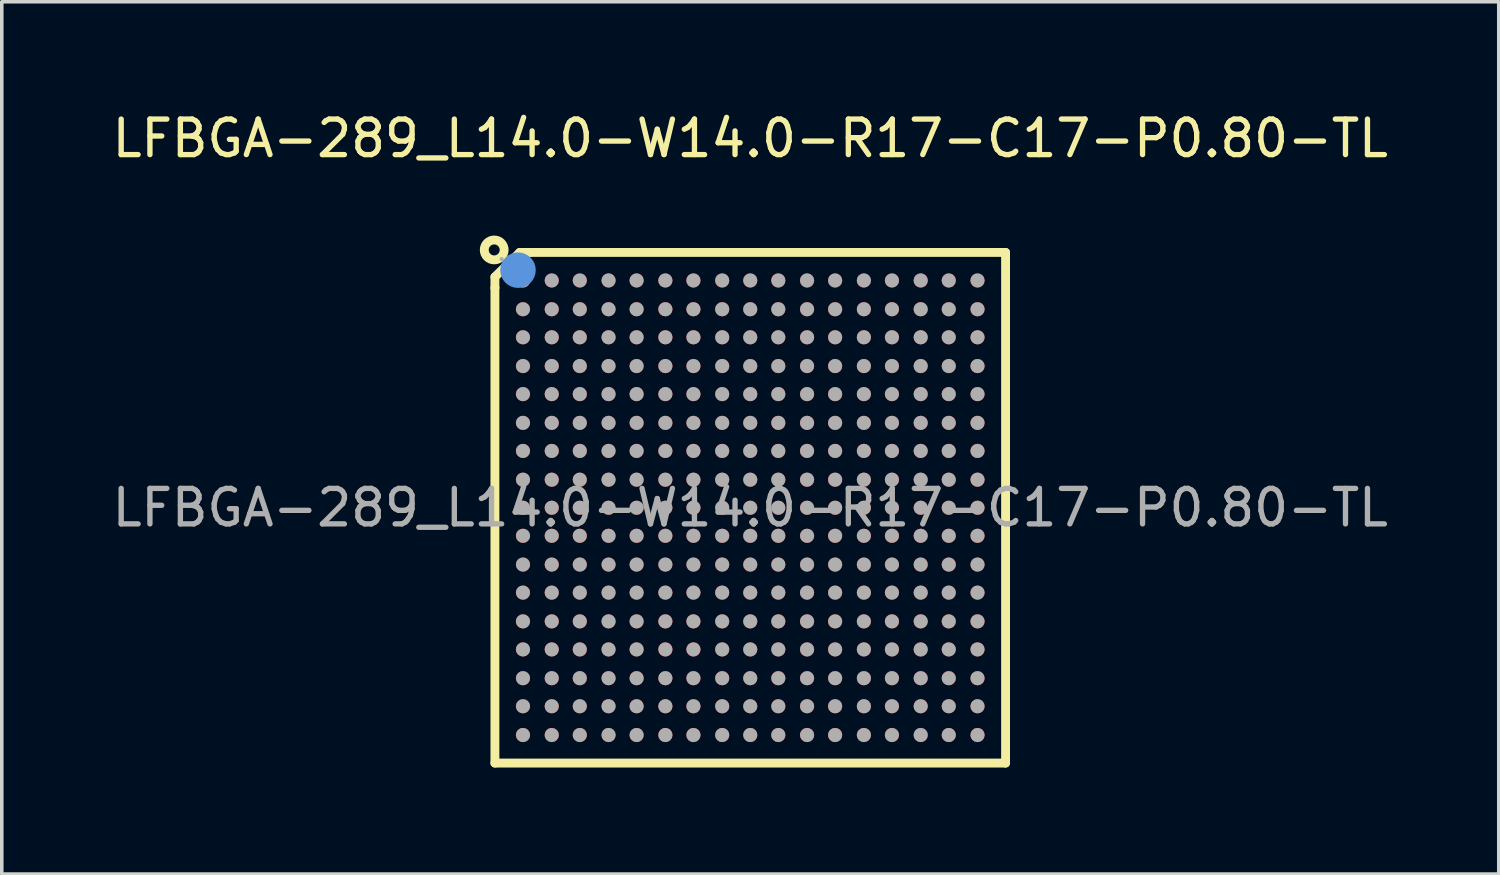
<source format=kicad_pcb>
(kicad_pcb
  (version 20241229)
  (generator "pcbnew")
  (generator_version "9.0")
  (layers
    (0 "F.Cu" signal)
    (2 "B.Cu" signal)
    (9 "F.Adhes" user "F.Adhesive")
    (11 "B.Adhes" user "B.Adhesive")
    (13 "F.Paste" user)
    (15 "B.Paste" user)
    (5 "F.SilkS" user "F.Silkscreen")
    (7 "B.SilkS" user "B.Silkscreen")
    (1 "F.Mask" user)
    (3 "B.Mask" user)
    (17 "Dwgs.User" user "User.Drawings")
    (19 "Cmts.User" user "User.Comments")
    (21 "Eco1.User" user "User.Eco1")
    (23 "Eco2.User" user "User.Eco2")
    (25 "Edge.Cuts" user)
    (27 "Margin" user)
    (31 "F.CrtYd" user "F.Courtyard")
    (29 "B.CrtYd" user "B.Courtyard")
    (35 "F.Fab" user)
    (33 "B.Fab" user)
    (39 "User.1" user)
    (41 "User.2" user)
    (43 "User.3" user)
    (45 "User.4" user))
  (footprint "LFBGA-289_L14.0-W14.0-R17-C17-P0.80-TL"
    (layer "F.Cu")
    (at 18.077 11.248)
    (property "Reference" "LFBGA-289_L14.0-W14.0-R17-C17-P0.80-TL" (at 0 -10.4 0) (layer "F.SilkS") (effects (font (size 1 1) (thickness 0.15))))
    (attr through_hole)
    (fp_line (start -7.19 -6.5) (end -7.19 -6.19) (stroke (width 0.25) (type solid)) (layer "F.SilkS"))
    (fp_line (start -7.19 -6.2) (end -7.19 7.19) (stroke (width 0.25) (type solid)) (layer "F.SilkS"))
    (fp_line (start -7.19 7.19) (end 7.19 7.19) (stroke (width 0.25) (type solid)) (layer "F.SilkS"))
    (fp_line (start -6.49 -7.19) (end -7.19 -6.5) (stroke (width 0.25) (type solid)) (layer "F.SilkS"))
    (fp_line (start -6.21 -7.19) (end -6.49 -7.19) (stroke (width 0.25) (type solid)) (layer "F.SilkS"))
    (fp_line (start 7.19 -7.19) (end -6.2 -7.19) (stroke (width 0.25) (type solid)) (layer "F.SilkS"))
    (fp_line (start 7.19 7.19) (end 7.19 -7.19) (stroke (width 0.25) (type solid)) (layer "F.SilkS"))
    (fp_circle (center -7.21 -7.26) (end -6.93 -7.26) (stroke (width 0.25) (type solid)) (fill no) (layer "F.SilkS"))
    (fp_circle (center -6.54 -6.69) (end -6.29 -6.69) (stroke (width 0.5) (type solid)) (fill no) (layer "Cmts.User"))
    (fp_circle (center -7 -7) (end -6.97 -7) (stroke (width 0.06) (type solid)) (fill no) (layer "F.Fab"))
    (fp_circle (center -6.4 -6.4) (end -6.3 -6.4) (stroke (width 0.2) (type solid)) (fill no) (layer "F.Fab"))
    (fp_circle (center -6.4 -5.59) (end -6.3 -5.59) (stroke (width 0.2) (type solid)) (fill no) (layer "F.Fab"))
    (fp_circle (center -6.4 -4.8) (end -6.3 -4.8) (stroke (width 0.2) (type solid)) (fill no) (layer "F.Fab"))
    (fp_circle (center -6.4 -3.99) (end -6.3 -3.99) (stroke (width 0.2) (type solid)) (fill no) (layer "F.Fab"))
    (fp_circle (center -6.4 -3.2) (end -6.3 -3.2) (stroke (width 0.2) (type solid)) (fill no) (layer "F.Fab"))
    (fp_circle (center -6.4 -2.39) (end -6.3 -2.39) (stroke (width 0.2) (type solid)) (fill no) (layer "F.Fab"))
    (fp_circle (center -6.4 -1.6) (end -6.3 -1.6) (stroke (width 0.2) (type solid)) (fill no) (layer "F.Fab"))
    (fp_circle (center -6.4 -0.79) (end -6.3 -0.79) (stroke (width 0.2) (type solid)) (fill no) (layer "F.Fab"))
    (fp_circle (center -6.4 0) (end -6.3 0) (stroke (width 0.2) (type solid)) (fill no) (layer "F.Fab"))
    (fp_circle (center -6.4 0.79) (end -6.3 0.79) (stroke (width 0.2) (type solid)) (fill no) (layer "F.Fab"))
    (fp_circle (center -6.4 1.6) (end -6.3 1.6) (stroke (width 0.2) (type solid)) (fill no) (layer "F.Fab"))
    (fp_circle (center -6.4 2.39) (end -6.3 2.39) (stroke (width 0.2) (type solid)) (fill no) (layer "F.Fab"))
    (fp_circle (center -6.4 3.2) (end -6.3 3.2) (stroke (width 0.2) (type solid)) (fill no) (layer "F.Fab"))
    (fp_circle (center -6.4 3.99) (end -6.3 3.99) (stroke (width 0.2) (type solid)) (fill no) (layer "F.Fab"))
    (fp_circle (center -6.4 4.8) (end -6.3 4.8) (stroke (width 0.2) (type solid)) (fill no) (layer "F.Fab"))
    (fp_circle (center -6.4 5.59) (end -6.3 5.59) (stroke (width 0.2) (type solid)) (fill no) (layer "F.Fab"))
    (fp_circle (center -6.4 6.4) (end -6.3 6.4) (stroke (width 0.2) (type solid)) (fill no) (layer "F.Fab"))
    (fp_circle (center -5.59 -6.4) (end -5.49 -6.4) (stroke (width 0.2) (type solid)) (fill no) (layer "F.Fab"))
    (fp_circle (center -5.59 -5.59) (end -5.49 -5.59) (stroke (width 0.2) (type solid)) (fill no) (layer "F.Fab"))
    (fp_circle (center -5.59 -4.8) (end -5.49 -4.8) (stroke (width 0.2) (type solid)) (fill no) (layer "F.Fab"))
    (fp_circle (center -5.59 -3.99) (end -5.49 -3.99) (stroke (width 0.2) (type solid)) (fill no) (layer "F.Fab"))
    (fp_circle (center -5.59 -3.2) (end -5.49 -3.2) (stroke (width 0.2) (type solid)) (fill no) (layer "F.Fab"))
    (fp_circle (center -5.59 -2.39) (end -5.49 -2.39) (stroke (width 0.2) (type solid)) (fill no) (layer "F.Fab"))
    (fp_circle (center -5.59 -1.6) (end -5.49 -1.6) (stroke (width 0.2) (type solid)) (fill no) (layer "F.Fab"))
    (fp_circle (center -5.59 -0.79) (end -5.49 -0.79) (stroke (width 0.2) (type solid)) (fill no) (layer "F.Fab"))
    (fp_circle (center -5.59 0) (end -5.49 0) (stroke (width 0.2) (type solid)) (fill no) (layer "F.Fab"))
    (fp_circle (center -5.59 0.79) (end -5.49 0.79) (stroke (width 0.2) (type solid)) (fill no) (layer "F.Fab"))
    (fp_circle (center -5.59 1.6) (end -5.49 1.6) (stroke (width 0.2) (type solid)) (fill no) (layer "F.Fab"))
    (fp_circle (center -5.59 2.39) (end -5.49 2.39) (stroke (width 0.2) (type solid)) (fill no) (layer "F.Fab"))
    (fp_circle (center -5.59 3.2) (end -5.49 3.2) (stroke (width 0.2) (type solid)) (fill no) (layer "F.Fab"))
    (fp_circle (center -5.59 3.99) (end -5.49 3.99) (stroke (width 0.2) (type solid)) (fill no) (layer "F.Fab"))
    (fp_circle (center -5.59 4.8) (end -5.49 4.8) (stroke (width 0.2) (type solid)) (fill no) (layer "F.Fab"))
    (fp_circle (center -5.59 5.59) (end -5.49 5.59) (stroke (width 0.2) (type solid)) (fill no) (layer "F.Fab"))
    (fp_circle (center -5.59 6.4) (end -5.49 6.4) (stroke (width 0.2) (type solid)) (fill no) (layer "F.Fab"))
    (fp_circle (center -4.8 -6.4) (end -4.7 -6.4) (stroke (width 0.2) (type solid)) (fill no) (layer "F.Fab"))
    (fp_circle (center -4.8 -5.59) (end -4.7 -5.59) (stroke (width 0.2) (type solid)) (fill no) (layer "F.Fab"))
    (fp_circle (center -4.8 -4.8) (end -4.7 -4.8) (stroke (width 0.2) (type solid)) (fill no) (layer "F.Fab"))
    (fp_circle (center -4.8 -3.99) (end -4.7 -3.99) (stroke (width 0.2) (type solid)) (fill no) (layer "F.Fab"))
    (fp_circle (center -4.8 -3.2) (end -4.7 -3.2) (stroke (width 0.2) (type solid)) (fill no) (layer "F.Fab"))
    (fp_circle (center -4.8 -2.39) (end -4.7 -2.39) (stroke (width 0.2) (type solid)) (fill no) (layer "F.Fab"))
    (fp_circle (center -4.8 -1.6) (end -4.7 -1.6) (stroke (width 0.2) (type solid)) (fill no) (layer "F.Fab"))
    (fp_circle (center -4.8 -0.79) (end -4.7 -0.79) (stroke (width 0.2) (type solid)) (fill no) (layer "F.Fab"))
    (fp_circle (center -4.8 0) (end -4.7 0) (stroke (width 0.2) (type solid)) (fill no) (layer "F.Fab"))
    (fp_circle (center -4.8 0.79) (end -4.7 0.79) (stroke (width 0.2) (type solid)) (fill no) (layer "F.Fab"))
    (fp_circle (center -4.8 1.6) (end -4.7 1.6) (stroke (width 0.2) (type solid)) (fill no) (layer "F.Fab"))
    (fp_circle (center -4.8 2.39) (end -4.7 2.39) (stroke (width 0.2) (type solid)) (fill no) (layer "F.Fab"))
    (fp_circle (center -4.8 3.2) (end -4.7 3.2) (stroke (width 0.2) (type solid)) (fill no) (layer "F.Fab"))
    (fp_circle (center -4.8 3.99) (end -4.7 3.99) (stroke (width 0.2) (type solid)) (fill no) (layer "F.Fab"))
    (fp_circle (center -4.8 4.8) (end -4.7 4.8) (stroke (width 0.2) (type solid)) (fill no) (layer "F.Fab"))
    (fp_circle (center -4.8 5.59) (end -4.7 5.59) (stroke (width 0.2) (type solid)) (fill no) (layer "F.Fab"))
    (fp_circle (center -4.8 6.4) (end -4.7 6.4) (stroke (width 0.2) (type solid)) (fill no) (layer "F.Fab"))
    (fp_circle (center -3.99 -6.4) (end -3.89 -6.4) (stroke (width 0.2) (type solid)) (fill no) (layer "F.Fab"))
    (fp_circle (center -3.99 -5.59) (end -3.89 -5.59) (stroke (width 0.2) (type solid)) (fill no) (layer "F.Fab"))
    (fp_circle (center -3.99 -4.8) (end -3.89 -4.8) (stroke (width 0.2) (type solid)) (fill no) (layer "F.Fab"))
    (fp_circle (center -3.99 -3.99) (end -3.89 -3.99) (stroke (width 0.2) (type solid)) (fill no) (layer "F.Fab"))
    (fp_circle (center -3.99 -3.2) (end -3.89 -3.2) (stroke (width 0.2) (type solid)) (fill no) (layer "F.Fab"))
    (fp_circle (center -3.99 -2.39) (end -3.89 -2.39) (stroke (width 0.2) (type solid)) (fill no) (layer "F.Fab"))
    (fp_circle (center -3.99 -1.6) (end -3.89 -1.6) (stroke (width 0.2) (type solid)) (fill no) (layer "F.Fab"))
    (fp_circle (center -3.99 -0.79) (end -3.89 -0.79) (stroke (width 0.2) (type solid)) (fill no) (layer "F.Fab"))
    (fp_circle (center -3.99 0) (end -3.89 0) (stroke (width 0.2) (type solid)) (fill no) (layer "F.Fab"))
    (fp_circle (center -3.99 0.79) (end -3.89 0.79) (stroke (width 0.2) (type solid)) (fill no) (layer "F.Fab"))
    (fp_circle (center -3.99 1.6) (end -3.89 1.6) (stroke (width 0.2) (type solid)) (fill no) (layer "F.Fab"))
    (fp_circle (center -3.99 2.39) (end -3.89 2.39) (stroke (width 0.2) (type solid)) (fill no) (layer "F.Fab"))
    (fp_circle (center -3.99 3.2) (end -3.89 3.2) (stroke (width 0.2) (type solid)) (fill no) (layer "F.Fab"))
    (fp_circle (center -3.99 3.99) (end -3.89 3.99) (stroke (width 0.2) (type solid)) (fill no) (layer "F.Fab"))
    (fp_circle (center -3.99 4.8) (end -3.89 4.8) (stroke (width 0.2) (type solid)) (fill no) (layer "F.Fab"))
    (fp_circle (center -3.99 5.59) (end -3.89 5.59) (stroke (width 0.2) (type solid)) (fill no) (layer "F.Fab"))
    (fp_circle (center -3.99 6.4) (end -3.89 6.4) (stroke (width 0.2) (type solid)) (fill no) (layer "F.Fab"))
    (fp_circle (center -3.2 -6.4) (end -3.1 -6.4) (stroke (width 0.2) (type solid)) (fill no) (layer "F.Fab"))
    (fp_circle (center -3.2 -5.59) (end -3.1 -5.59) (stroke (width 0.2) (type solid)) (fill no) (layer "F.Fab"))
    (fp_circle (center -3.2 -4.8) (end -3.1 -4.8) (stroke (width 0.2) (type solid)) (fill no) (layer "F.Fab"))
    (fp_circle (center -3.2 -3.99) (end -3.1 -3.99) (stroke (width 0.2) (type solid)) (fill no) (layer "F.Fab"))
    (fp_circle (center -3.2 -3.2) (end -3.1 -3.2) (stroke (width 0.2) (type solid)) (fill no) (layer "F.Fab"))
    (fp_circle (center -3.2 -2.39) (end -3.1 -2.39) (stroke (width 0.2) (type solid)) (fill no) (layer "F.Fab"))
    (fp_circle (center -3.2 -1.6) (end -3.1 -1.6) (stroke (width 0.2) (type solid)) (fill no) (layer "F.Fab"))
    (fp_circle (center -3.2 -0.79) (end -3.1 -0.79) (stroke (width 0.2) (type solid)) (fill no) (layer "F.Fab"))
    (fp_circle (center -3.2 0) (end -3.1 0) (stroke (width 0.2) (type solid)) (fill no) (layer "F.Fab"))
    (fp_circle (center -3.2 0.79) (end -3.1 0.79) (stroke (width 0.2) (type solid)) (fill no) (layer "F.Fab"))
    (fp_circle (center -3.2 1.6) (end -3.1 1.6) (stroke (width 0.2) (type solid)) (fill no) (layer "F.Fab"))
    (fp_circle (center -3.2 2.39) (end -3.1 2.39) (stroke (width 0.2) (type solid)) (fill no) (layer "F.Fab"))
    (fp_circle (center -3.2 3.2) (end -3.1 3.2) (stroke (width 0.2) (type solid)) (fill no) (layer "F.Fab"))
    (fp_circle (center -3.2 3.99) (end -3.1 3.99) (stroke (width 0.2) (type solid)) (fill no) (layer "F.Fab"))
    (fp_circle (center -3.2 4.8) (end -3.1 4.8) (stroke (width 0.2) (type solid)) (fill no) (layer "F.Fab"))
    (fp_circle (center -3.2 5.59) (end -3.1 5.59) (stroke (width 0.2) (type solid)) (fill no) (layer "F.Fab"))
    (fp_circle (center -3.2 6.4) (end -3.1 6.4) (stroke (width 0.2) (type solid)) (fill no) (layer "F.Fab"))
    (fp_circle (center -2.39 -6.4) (end -2.29 -6.4) (stroke (width 0.2) (type solid)) (fill no) (layer "F.Fab"))
    (fp_circle (center -2.39 -5.59) (end -2.29 -5.59) (stroke (width 0.2) (type solid)) (fill no) (layer "F.Fab"))
    (fp_circle (center -2.39 -4.8) (end -2.29 -4.8) (stroke (width 0.2) (type solid)) (fill no) (layer "F.Fab"))
    (fp_circle (center -2.39 -3.99) (end -2.29 -3.99) (stroke (width 0.2) (type solid)) (fill no) (layer "F.Fab"))
    (fp_circle (center -2.39 -3.2) (end -2.29 -3.2) (stroke (width 0.2) (type solid)) (fill no) (layer "F.Fab"))
    (fp_circle (center -2.39 -2.39) (end -2.29 -2.39) (stroke (width 0.2) (type solid)) (fill no) (layer "F.Fab"))
    (fp_circle (center -2.39 -1.6) (end -2.29 -1.6) (stroke (width 0.2) (type solid)) (fill no) (layer "F.Fab"))
    (fp_circle (center -2.39 -0.79) (end -2.29 -0.79) (stroke (width 0.2) (type solid)) (fill no) (layer "F.Fab"))
    (fp_circle (center -2.39 0) (end -2.29 0) (stroke (width 0.2) (type solid)) (fill no) (layer "F.Fab"))
    (fp_circle (center -2.39 0.79) (end -2.29 0.79) (stroke (width 0.2) (type solid)) (fill no) (layer "F.Fab"))
    (fp_circle (center -2.39 1.6) (end -2.29 1.6) (stroke (width 0.2) (type solid)) (fill no) (layer "F.Fab"))
    (fp_circle (center -2.39 2.39) (end -2.29 2.39) (stroke (width 0.2) (type solid)) (fill no) (layer "F.Fab"))
    (fp_circle (center -2.39 3.2) (end -2.29 3.2) (stroke (width 0.2) (type solid)) (fill no) (layer "F.Fab"))
    (fp_circle (center -2.39 3.99) (end -2.29 3.99) (stroke (width 0.2) (type solid)) (fill no) (layer "F.Fab"))
    (fp_circle (center -2.39 4.8) (end -2.29 4.8) (stroke (width 0.2) (type solid)) (fill no) (layer "F.Fab"))
    (fp_circle (center -2.39 5.59) (end -2.29 5.59) (stroke (width 0.2) (type solid)) (fill no) (layer "F.Fab"))
    (fp_circle (center -2.39 6.4) (end -2.29 6.4) (stroke (width 0.2) (type solid)) (fill no) (layer "F.Fab"))
    (fp_circle (center -1.6 -6.4) (end -1.5 -6.4) (stroke (width 0.2) (type solid)) (fill no) (layer "F.Fab"))
    (fp_circle (center -1.6 -5.59) (end -1.5 -5.59) (stroke (width 0.2) (type solid)) (fill no) (layer "F.Fab"))
    (fp_circle (center -1.6 -4.8) (end -1.5 -4.8) (stroke (width 0.2) (type solid)) (fill no) (layer "F.Fab"))
    (fp_circle (center -1.6 -3.99) (end -1.5 -3.99) (stroke (width 0.2) (type solid)) (fill no) (layer "F.Fab"))
    (fp_circle (center -1.6 -3.2) (end -1.5 -3.2) (stroke (width 0.2) (type solid)) (fill no) (layer "F.Fab"))
    (fp_circle (center -1.6 -2.39) (end -1.5 -2.39) (stroke (width 0.2) (type solid)) (fill no) (layer "F.Fab"))
    (fp_circle (center -1.6 -1.6) (end -1.5 -1.6) (stroke (width 0.2) (type solid)) (fill no) (layer "F.Fab"))
    (fp_circle (center -1.6 -0.79) (end -1.5 -0.79) (stroke (width 0.2) (type solid)) (fill no) (layer "F.Fab"))
    (fp_circle (center -1.6 0) (end -1.5 0) (stroke (width 0.2) (type solid)) (fill no) (layer "F.Fab"))
    (fp_circle (center -1.6 0.79) (end -1.5 0.79) (stroke (width 0.2) (type solid)) (fill no) (layer "F.Fab"))
    (fp_circle (center -1.6 1.6) (end -1.5 1.6) (stroke (width 0.2) (type solid)) (fill no) (layer "F.Fab"))
    (fp_circle (center -1.6 2.39) (end -1.5 2.39) (stroke (width 0.2) (type solid)) (fill no) (layer "F.Fab"))
    (fp_circle (center -1.6 3.2) (end -1.5 3.2) (stroke (width 0.2) (type solid)) (fill no) (layer "F.Fab"))
    (fp_circle (center -1.6 3.99) (end -1.5 3.99) (stroke (width 0.2) (type solid)) (fill no) (layer "F.Fab"))
    (fp_circle (center -1.6 4.8) (end -1.5 4.8) (stroke (width 0.2) (type solid)) (fill no) (layer "F.Fab"))
    (fp_circle (center -1.6 5.59) (end -1.5 5.59) (stroke (width 0.2) (type solid)) (fill no) (layer "F.Fab"))
    (fp_circle (center -1.6 6.4) (end -1.5 6.4) (stroke (width 0.2) (type solid)) (fill no) (layer "F.Fab"))
    (fp_circle (center -0.79 -6.4) (end -0.69 -6.4) (stroke (width 0.2) (type solid)) (fill no) (layer "F.Fab"))
    (fp_circle (center -0.79 -5.59) (end -0.69 -5.59) (stroke (width 0.2) (type solid)) (fill no) (layer "F.Fab"))
    (fp_circle (center -0.79 -4.8) (end -0.69 -4.8) (stroke (width 0.2) (type solid)) (fill no) (layer "F.Fab"))
    (fp_circle (center -0.79 -3.99) (end -0.69 -3.99) (stroke (width 0.2) (type solid)) (fill no) (layer "F.Fab"))
    (fp_circle (center -0.79 -3.2) (end -0.69 -3.2) (stroke (width 0.2) (type solid)) (fill no) (layer "F.Fab"))
    (fp_circle (center -0.79 -2.39) (end -0.69 -2.39) (stroke (width 0.2) (type solid)) (fill no) (layer "F.Fab"))
    (fp_circle (center -0.79 -1.6) (end -0.69 -1.6) (stroke (width 0.2) (type solid)) (fill no) (layer "F.Fab"))
    (fp_circle (center -0.79 -0.79) (end -0.69 -0.79) (stroke (width 0.2) (type solid)) (fill no) (layer "F.Fab"))
    (fp_circle (center -0.79 0) (end -0.69 0) (stroke (width 0.2) (type solid)) (fill no) (layer "F.Fab"))
    (fp_circle (center -0.79 0.79) (end -0.69 0.79) (stroke (width 0.2) (type solid)) (fill no) (layer "F.Fab"))
    (fp_circle (center -0.79 1.6) (end -0.69 1.6) (stroke (width 0.2) (type solid)) (fill no) (layer "F.Fab"))
    (fp_circle (center -0.79 2.39) (end -0.69 2.39) (stroke (width 0.2) (type solid)) (fill no) (layer "F.Fab"))
    (fp_circle (center -0.79 3.2) (end -0.69 3.2) (stroke (width 0.2) (type solid)) (fill no) (layer "F.Fab"))
    (fp_circle (center -0.79 3.99) (end -0.69 3.99) (stroke (width 0.2) (type solid)) (fill no) (layer "F.Fab"))
    (fp_circle (center -0.79 4.8) (end -0.69 4.8) (stroke (width 0.2) (type solid)) (fill no) (layer "F.Fab"))
    (fp_circle (center -0.79 5.59) (end -0.69 5.59) (stroke (width 0.2) (type solid)) (fill no) (layer "F.Fab"))
    (fp_circle (center -0.79 6.4) (end -0.69 6.4) (stroke (width 0.2) (type solid)) (fill no) (layer "F.Fab"))
    (fp_circle (center 0 -6.4) (end 0.1 -6.4) (stroke (width 0.2) (type solid)) (fill no) (layer "F.Fab"))
    (fp_circle (center 0 -5.59) (end 0.1 -5.59) (stroke (width 0.2) (type solid)) (fill no) (layer "F.Fab"))
    (fp_circle (center 0 -4.8) (end 0.1 -4.8) (stroke (width 0.2) (type solid)) (fill no) (layer "F.Fab"))
    (fp_circle (center 0 -3.99) (end 0.1 -3.99) (stroke (width 0.2) (type solid)) (fill no) (layer "F.Fab"))
    (fp_circle (center 0 -3.2) (end 0.1 -3.2) (stroke (width 0.2) (type solid)) (fill no) (layer "F.Fab"))
    (fp_circle (center 0 -2.39) (end 0.1 -2.39) (stroke (width 0.2) (type solid)) (fill no) (layer "F.Fab"))
    (fp_circle (center 0 -1.6) (end 0.1 -1.6) (stroke (width 0.2) (type solid)) (fill no) (layer "F.Fab"))
    (fp_circle (center 0 -0.79) (end 0.1 -0.79) (stroke (width 0.2) (type solid)) (fill no) (layer "F.Fab"))
    (fp_circle (center 0 0) (end 0.1 0) (stroke (width 0.2) (type solid)) (fill no) (layer "F.Fab"))
    (fp_circle (center 0 0.79) (end 0.1 0.79) (stroke (width 0.2) (type solid)) (fill no) (layer "F.Fab"))
    (fp_circle (center 0 1.6) (end 0.1 1.6) (stroke (width 0.2) (type solid)) (fill no) (layer "F.Fab"))
    (fp_circle (center 0 2.39) (end 0.1 2.39) (stroke (width 0.2) (type solid)) (fill no) (layer "F.Fab"))
    (fp_circle (center 0 3.2) (end 0.1 3.2) (stroke (width 0.2) (type solid)) (fill no) (layer "F.Fab"))
    (fp_circle (center 0 3.99) (end 0.1 3.99) (stroke (width 0.2) (type solid)) (fill no) (layer "F.Fab"))
    (fp_circle (center 0 4.8) (end 0.1 4.8) (stroke (width 0.2) (type solid)) (fill no) (layer "F.Fab"))
    (fp_circle (center 0 5.59) (end 0.1 5.59) (stroke (width 0.2) (type solid)) (fill no) (layer "F.Fab"))
    (fp_circle (center 0 6.4) (end 0.1 6.4) (stroke (width 0.2) (type solid)) (fill no) (layer "F.Fab"))
    (fp_circle (center 0.79 -6.4) (end 0.89 -6.4) (stroke (width 0.2) (type solid)) (fill no) (layer "F.Fab"))
    (fp_circle (center 0.79 -5.59) (end 0.89 -5.59) (stroke (width 0.2) (type solid)) (fill no) (layer "F.Fab"))
    (fp_circle (center 0.79 -4.8) (end 0.89 -4.8) (stroke (width 0.2) (type solid)) (fill no) (layer "F.Fab"))
    (fp_circle (center 0.79 -3.99) (end 0.89 -3.99) (stroke (width 0.2) (type solid)) (fill no) (layer "F.Fab"))
    (fp_circle (center 0.79 -3.2) (end 0.89 -3.2) (stroke (width 0.2) (type solid)) (fill no) (layer "F.Fab"))
    (fp_circle (center 0.79 -2.39) (end 0.89 -2.39) (stroke (width 0.2) (type solid)) (fill no) (layer "F.Fab"))
    (fp_circle (center 0.79 -1.6) (end 0.89 -1.6) (stroke (width 0.2) (type solid)) (fill no) (layer "F.Fab"))
    (fp_circle (center 0.79 -0.79) (end 0.89 -0.79) (stroke (width 0.2) (type solid)) (fill no) (layer "F.Fab"))
    (fp_circle (center 0.79 0) (end 0.89 0) (stroke (width 0.2) (type solid)) (fill no) (layer "F.Fab"))
    (fp_circle (center 0.79 0.79) (end 0.89 0.79) (stroke (width 0.2) (type solid)) (fill no) (layer "F.Fab"))
    (fp_circle (center 0.79 1.6) (end 0.89 1.6) (stroke (width 0.2) (type solid)) (fill no) (layer "F.Fab"))
    (fp_circle (center 0.79 2.39) (end 0.89 2.39) (stroke (width 0.2) (type solid)) (fill no) (layer "F.Fab"))
    (fp_circle (center 0.79 3.2) (end 0.89 3.2) (stroke (width 0.2) (type solid)) (fill no) (layer "F.Fab"))
    (fp_circle (center 0.79 3.99) (end 0.89 3.99) (stroke (width 0.2) (type solid)) (fill no) (layer "F.Fab"))
    (fp_circle (center 0.79 4.8) (end 0.89 4.8) (stroke (width 0.2) (type solid)) (fill no) (layer "F.Fab"))
    (fp_circle (center 0.79 5.59) (end 0.89 5.59) (stroke (width 0.2) (type solid)) (fill no) (layer "F.Fab"))
    (fp_circle (center 0.79 6.4) (end 0.89 6.4) (stroke (width 0.2) (type solid)) (fill no) (layer "F.Fab"))
    (fp_circle (center 1.6 -6.4) (end 1.7 -6.4) (stroke (width 0.2) (type solid)) (fill no) (layer "F.Fab"))
    (fp_circle (center 1.6 -5.59) (end 1.7 -5.59) (stroke (width 0.2) (type solid)) (fill no) (layer "F.Fab"))
    (fp_circle (center 1.6 -4.8) (end 1.7 -4.8) (stroke (width 0.2) (type solid)) (fill no) (layer "F.Fab"))
    (fp_circle (center 1.6 -3.99) (end 1.7 -3.99) (stroke (width 0.2) (type solid)) (fill no) (layer "F.Fab"))
    (fp_circle (center 1.6 -3.2) (end 1.7 -3.2) (stroke (width 0.2) (type solid)) (fill no) (layer "F.Fab"))
    (fp_circle (center 1.6 -2.39) (end 1.7 -2.39) (stroke (width 0.2) (type solid)) (fill no) (layer "F.Fab"))
    (fp_circle (center 1.6 -1.6) (end 1.7 -1.6) (stroke (width 0.2) (type solid)) (fill no) (layer "F.Fab"))
    (fp_circle (center 1.6 -0.79) (end 1.7 -0.79) (stroke (width 0.2) (type solid)) (fill no) (layer "F.Fab"))
    (fp_circle (center 1.6 0) (end 1.7 0) (stroke (width 0.2) (type solid)) (fill no) (layer "F.Fab"))
    (fp_circle (center 1.6 0.79) (end 1.7 0.79) (stroke (width 0.2) (type solid)) (fill no) (layer "F.Fab"))
    (fp_circle (center 1.6 1.6) (end 1.7 1.6) (stroke (width 0.2) (type solid)) (fill no) (layer "F.Fab"))
    (fp_circle (center 1.6 2.39) (end 1.7 2.39) (stroke (width 0.2) (type solid)) (fill no) (layer "F.Fab"))
    (fp_circle (center 1.6 3.2) (end 1.7 3.2) (stroke (width 0.2) (type solid)) (fill no) (layer "F.Fab"))
    (fp_circle (center 1.6 3.99) (end 1.7 3.99) (stroke (width 0.2) (type solid)) (fill no) (layer "F.Fab"))
    (fp_circle (center 1.6 4.8) (end 1.7 4.8) (stroke (width 0.2) (type solid)) (fill no) (layer "F.Fab"))
    (fp_circle (center 1.6 5.59) (end 1.7 5.59) (stroke (width 0.2) (type solid)) (fill no) (layer "F.Fab"))
    (fp_circle (center 1.6 6.4) (end 1.7 6.4) (stroke (width 0.2) (type solid)) (fill no) (layer "F.Fab"))
    (fp_circle (center 2.39 -6.4) (end 2.49 -6.4) (stroke (width 0.2) (type solid)) (fill no) (layer "F.Fab"))
    (fp_circle (center 2.39 -5.59) (end 2.49 -5.59) (stroke (width 0.2) (type solid)) (fill no) (layer "F.Fab"))
    (fp_circle (center 2.39 -4.8) (end 2.49 -4.8) (stroke (width 0.2) (type solid)) (fill no) (layer "F.Fab"))
    (fp_circle (center 2.39 -3.99) (end 2.49 -3.99) (stroke (width 0.2) (type solid)) (fill no) (layer "F.Fab"))
    (fp_circle (center 2.39 -3.2) (end 2.49 -3.2) (stroke (width 0.2) (type solid)) (fill no) (layer "F.Fab"))
    (fp_circle (center 2.39 -2.39) (end 2.49 -2.39) (stroke (width 0.2) (type solid)) (fill no) (layer "F.Fab"))
    (fp_circle (center 2.39 -1.6) (end 2.49 -1.6) (stroke (width 0.2) (type solid)) (fill no) (layer "F.Fab"))
    (fp_circle (center 2.39 -0.79) (end 2.49 -0.79) (stroke (width 0.2) (type solid)) (fill no) (layer "F.Fab"))
    (fp_circle (center 2.39 0) (end 2.49 0) (stroke (width 0.2) (type solid)) (fill no) (layer "F.Fab"))
    (fp_circle (center 2.39 0.79) (end 2.49 0.79) (stroke (width 0.2) (type solid)) (fill no) (layer "F.Fab"))
    (fp_circle (center 2.39 1.6) (end 2.49 1.6) (stroke (width 0.2) (type solid)) (fill no) (layer "F.Fab"))
    (fp_circle (center 2.39 2.39) (end 2.49 2.39) (stroke (width 0.2) (type solid)) (fill no) (layer "F.Fab"))
    (fp_circle (center 2.39 3.2) (end 2.49 3.2) (stroke (width 0.2) (type solid)) (fill no) (layer "F.Fab"))
    (fp_circle (center 2.39 3.99) (end 2.49 3.99) (stroke (width 0.2) (type solid)) (fill no) (layer "F.Fab"))
    (fp_circle (center 2.39 4.8) (end 2.49 4.8) (stroke (width 0.2) (type solid)) (fill no) (layer "F.Fab"))
    (fp_circle (center 2.39 5.59) (end 2.49 5.59) (stroke (width 0.2) (type solid)) (fill no) (layer "F.Fab"))
    (fp_circle (center 2.39 6.4) (end 2.49 6.4) (stroke (width 0.2) (type solid)) (fill no) (layer "F.Fab"))
    (fp_circle (center 3.2 -6.4) (end 3.3 -6.4) (stroke (width 0.2) (type solid)) (fill no) (layer "F.Fab"))
    (fp_circle (center 3.2 -5.59) (end 3.3 -5.59) (stroke (width 0.2) (type solid)) (fill no) (layer "F.Fab"))
    (fp_circle (center 3.2 -4.8) (end 3.3 -4.8) (stroke (width 0.2) (type solid)) (fill no) (layer "F.Fab"))
    (fp_circle (center 3.2 -3.99) (end 3.3 -3.99) (stroke (width 0.2) (type solid)) (fill no) (layer "F.Fab"))
    (fp_circle (center 3.2 -3.2) (end 3.3 -3.2) (stroke (width 0.2) (type solid)) (fill no) (layer "F.Fab"))
    (fp_circle (center 3.2 -2.39) (end 3.3 -2.39) (stroke (width 0.2) (type solid)) (fill no) (layer "F.Fab"))
    (fp_circle (center 3.2 -1.6) (end 3.3 -1.6) (stroke (width 0.2) (type solid)) (fill no) (layer "F.Fab"))
    (fp_circle (center 3.2 -0.79) (end 3.3 -0.79) (stroke (width 0.2) (type solid)) (fill no) (layer "F.Fab"))
    (fp_circle (center 3.2 0) (end 3.3 0) (stroke (width 0.2) (type solid)) (fill no) (layer "F.Fab"))
    (fp_circle (center 3.2 0.79) (end 3.3 0.79) (stroke (width 0.2) (type solid)) (fill no) (layer "F.Fab"))
    (fp_circle (center 3.2 1.6) (end 3.3 1.6) (stroke (width 0.2) (type solid)) (fill no) (layer "F.Fab"))
    (fp_circle (center 3.2 2.39) (end 3.3 2.39) (stroke (width 0.2) (type solid)) (fill no) (layer "F.Fab"))
    (fp_circle (center 3.2 3.2) (end 3.3 3.2) (stroke (width 0.2) (type solid)) (fill no) (layer "F.Fab"))
    (fp_circle (center 3.2 3.99) (end 3.3 3.99) (stroke (width 0.2) (type solid)) (fill no) (layer "F.Fab"))
    (fp_circle (center 3.2 4.8) (end 3.3 4.8) (stroke (width 0.2) (type solid)) (fill no) (layer "F.Fab"))
    (fp_circle (center 3.2 5.59) (end 3.3 5.59) (stroke (width 0.2) (type solid)) (fill no) (layer "F.Fab"))
    (fp_circle (center 3.2 6.4) (end 3.3 6.4) (stroke (width 0.2) (type solid)) (fill no) (layer "F.Fab"))
    (fp_circle (center 3.99 -6.4) (end 4.09 -6.4) (stroke (width 0.2) (type solid)) (fill no) (layer "F.Fab"))
    (fp_circle (center 3.99 -5.59) (end 4.09 -5.59) (stroke (width 0.2) (type solid)) (fill no) (layer "F.Fab"))
    (fp_circle (center 3.99 -4.8) (end 4.09 -4.8) (stroke (width 0.2) (type solid)) (fill no) (layer "F.Fab"))
    (fp_circle (center 3.99 -3.99) (end 4.09 -3.99) (stroke (width 0.2) (type solid)) (fill no) (layer "F.Fab"))
    (fp_circle (center 3.99 -3.2) (end 4.09 -3.2) (stroke (width 0.2) (type solid)) (fill no) (layer "F.Fab"))
    (fp_circle (center 3.99 -2.39) (end 4.09 -2.39) (stroke (width 0.2) (type solid)) (fill no) (layer "F.Fab"))
    (fp_circle (center 3.99 -1.6) (end 4.09 -1.6) (stroke (width 0.2) (type solid)) (fill no) (layer "F.Fab"))
    (fp_circle (center 3.99 -0.79) (end 4.09 -0.79) (stroke (width 0.2) (type solid)) (fill no) (layer "F.Fab"))
    (fp_circle (center 3.99 0) (end 4.09 0) (stroke (width 0.2) (type solid)) (fill no) (layer "F.Fab"))
    (fp_circle (center 3.99 0.79) (end 4.09 0.79) (stroke (width 0.2) (type solid)) (fill no) (layer "F.Fab"))
    (fp_circle (center 3.99 1.6) (end 4.09 1.6) (stroke (width 0.2) (type solid)) (fill no) (layer "F.Fab"))
    (fp_circle (center 3.99 2.39) (end 4.09 2.39) (stroke (width 0.2) (type solid)) (fill no) (layer "F.Fab"))
    (fp_circle (center 3.99 3.2) (end 4.09 3.2) (stroke (width 0.2) (type solid)) (fill no) (layer "F.Fab"))
    (fp_circle (center 3.99 3.99) (end 4.09 3.99) (stroke (width 0.2) (type solid)) (fill no) (layer "F.Fab"))
    (fp_circle (center 3.99 4.8) (end 4.09 4.8) (stroke (width 0.2) (type solid)) (fill no) (layer "F.Fab"))
    (fp_circle (center 3.99 5.59) (end 4.09 5.59) (stroke (width 0.2) (type solid)) (fill no) (layer "F.Fab"))
    (fp_circle (center 3.99 6.4) (end 4.09 6.4) (stroke (width 0.2) (type solid)) (fill no) (layer "F.Fab"))
    (fp_circle (center 4.8 -6.4) (end 4.9 -6.4) (stroke (width 0.2) (type solid)) (fill no) (layer "F.Fab"))
    (fp_circle (center 4.8 -5.59) (end 4.9 -5.59) (stroke (width 0.2) (type solid)) (fill no) (layer "F.Fab"))
    (fp_circle (center 4.8 -4.8) (end 4.9 -4.8) (stroke (width 0.2) (type solid)) (fill no) (layer "F.Fab"))
    (fp_circle (center 4.8 -3.99) (end 4.9 -3.99) (stroke (width 0.2) (type solid)) (fill no) (layer "F.Fab"))
    (fp_circle (center 4.8 -3.2) (end 4.9 -3.2) (stroke (width 0.2) (type solid)) (fill no) (layer "F.Fab"))
    (fp_circle (center 4.8 -2.39) (end 4.9 -2.39) (stroke (width 0.2) (type solid)) (fill no) (layer "F.Fab"))
    (fp_circle (center 4.8 -1.6) (end 4.9 -1.6) (stroke (width 0.2) (type solid)) (fill no) (layer "F.Fab"))
    (fp_circle (center 4.8 -0.79) (end 4.9 -0.79) (stroke (width 0.2) (type solid)) (fill no) (layer "F.Fab"))
    (fp_circle (center 4.8 0) (end 4.9 0) (stroke (width 0.2) (type solid)) (fill no) (layer "F.Fab"))
    (fp_circle (center 4.8 0.79) (end 4.9 0.79) (stroke (width 0.2) (type solid)) (fill no) (layer "F.Fab"))
    (fp_circle (center 4.8 1.6) (end 4.9 1.6) (stroke (width 0.2) (type solid)) (fill no) (layer "F.Fab"))
    (fp_circle (center 4.8 2.39) (end 4.9 2.39) (stroke (width 0.2) (type solid)) (fill no) (layer "F.Fab"))
    (fp_circle (center 4.8 3.2) (end 4.9 3.2) (stroke (width 0.2) (type solid)) (fill no) (layer "F.Fab"))
    (fp_circle (center 4.8 3.99) (end 4.9 3.99) (stroke (width 0.2) (type solid)) (fill no) (layer "F.Fab"))
    (fp_circle (center 4.8 4.8) (end 4.9 4.8) (stroke (width 0.2) (type solid)) (fill no) (layer "F.Fab"))
    (fp_circle (center 4.8 5.59) (end 4.9 5.59) (stroke (width 0.2) (type solid)) (fill no) (layer "F.Fab"))
    (fp_circle (center 4.8 6.4) (end 4.9 6.4) (stroke (width 0.2) (type solid)) (fill no) (layer "F.Fab"))
    (fp_circle (center 5.59 -6.4) (end 5.69 -6.4) (stroke (width 0.2) (type solid)) (fill no) (layer "F.Fab"))
    (fp_circle (center 5.59 -5.59) (end 5.69 -5.59) (stroke (width 0.2) (type solid)) (fill no) (layer "F.Fab"))
    (fp_circle (center 5.59 -4.8) (end 5.69 -4.8) (stroke (width 0.2) (type solid)) (fill no) (layer "F.Fab"))
    (fp_circle (center 5.59 -3.99) (end 5.69 -3.99) (stroke (width 0.2) (type solid)) (fill no) (layer "F.Fab"))
    (fp_circle (center 5.59 -3.2) (end 5.69 -3.2) (stroke (width 0.2) (type solid)) (fill no) (layer "F.Fab"))
    (fp_circle (center 5.59 -2.39) (end 5.69 -2.39) (stroke (width 0.2) (type solid)) (fill no) (layer "F.Fab"))
    (fp_circle (center 5.59 -1.6) (end 5.69 -1.6) (stroke (width 0.2) (type solid)) (fill no) (layer "F.Fab"))
    (fp_circle (center 5.59 -0.79) (end 5.69 -0.79) (stroke (width 0.2) (type solid)) (fill no) (layer "F.Fab"))
    (fp_circle (center 5.59 0) (end 5.69 0) (stroke (width 0.2) (type solid)) (fill no) (layer "F.Fab"))
    (fp_circle (center 5.59 0.79) (end 5.69 0.79) (stroke (width 0.2) (type solid)) (fill no) (layer "F.Fab"))
    (fp_circle (center 5.59 1.6) (end 5.69 1.6) (stroke (width 0.2) (type solid)) (fill no) (layer "F.Fab"))
    (fp_circle (center 5.59 2.39) (end 5.69 2.39) (stroke (width 0.2) (type solid)) (fill no) (layer "F.Fab"))
    (fp_circle (center 5.59 3.2) (end 5.69 3.2) (stroke (width 0.2) (type solid)) (fill no) (layer "F.Fab"))
    (fp_circle (center 5.59 3.99) (end 5.69 3.99) (stroke (width 0.2) (type solid)) (fill no) (layer "F.Fab"))
    (fp_circle (center 5.59 4.8) (end 5.69 4.8) (stroke (width 0.2) (type solid)) (fill no) (layer "F.Fab"))
    (fp_circle (center 5.59 5.59) (end 5.69 5.59) (stroke (width 0.2) (type solid)) (fill no) (layer "F.Fab"))
    (fp_circle (center 5.59 6.4) (end 5.69 6.4) (stroke (width 0.2) (type solid)) (fill no) (layer "F.Fab"))
    (fp_circle (center 6.4 -6.4) (end 6.5 -6.4) (stroke (width 0.2) (type solid)) (fill no) (layer "F.Fab"))
    (fp_circle (center 6.4 -5.59) (end 6.5 -5.59) (stroke (width 0.2) (type solid)) (fill no) (layer "F.Fab"))
    (fp_circle (center 6.4 -4.8) (end 6.5 -4.8) (stroke (width 0.2) (type solid)) (fill no) (layer "F.Fab"))
    (fp_circle (center 6.4 -3.99) (end 6.5 -3.99) (stroke (width 0.2) (type solid)) (fill no) (layer "F.Fab"))
    (fp_circle (center 6.4 -3.2) (end 6.5 -3.2) (stroke (width 0.2) (type solid)) (fill no) (layer "F.Fab"))
    (fp_circle (center 6.4 -2.39) (end 6.5 -2.39) (stroke (width 0.2) (type solid)) (fill no) (layer "F.Fab"))
    (fp_circle (center 6.4 -1.6) (end 6.5 -1.6) (stroke (width 0.2) (type solid)) (fill no) (layer "F.Fab"))
    (fp_circle (center 6.4 -0.79) (end 6.5 -0.79) (stroke (width 0.2) (type solid)) (fill no) (layer "F.Fab"))
    (fp_circle (center 6.4 0) (end 6.5 0) (stroke (width 0.2) (type solid)) (fill no) (layer "F.Fab"))
    (fp_circle (center 6.4 0.79) (end 6.5 0.79) (stroke (width 0.2) (type solid)) (fill no) (layer "F.Fab"))
    (fp_circle (center 6.4 1.6) (end 6.5 1.6) (stroke (width 0.2) (type solid)) (fill no) (layer "F.Fab"))
    (fp_circle (center 6.4 2.39) (end 6.5 2.39) (stroke (width 0.2) (type solid)) (fill no) (layer "F.Fab"))
    (fp_circle (center 6.4 3.2) (end 6.5 3.2) (stroke (width 0.2) (type solid)) (fill no) (layer "F.Fab"))
    (fp_circle (center 6.4 3.99) (end 6.5 3.99) (stroke (width 0.2) (type solid)) (fill no) (layer "F.Fab"))
    (fp_circle (center 6.4 4.8) (end 6.5 4.8) (stroke (width 0.2) (type solid)) (fill no) (layer "F.Fab"))
    (fp_circle (center 6.4 5.59) (end 6.5 5.59) (stroke (width 0.2) (type solid)) (fill no) (layer "F.Fab"))
    (fp_circle (center 6.4 6.4) (end 6.5 6.4) (stroke (width 0.2) (type solid)) (fill no) (layer "F.Fab"))
    (fp_text user "${REFERENCE}" (at 0 0 0) (layer "F.Fab") (effects (font (size 1 1) (thickness 0.15))))
    (pad "A1" smd circle (at -6.4 -6.4) (size 0.4 0.4) (layers "F.Cu" "F.Mask" "F.Paste"))
    (pad "A2" smd circle (at -5.59 -6.4) (size 0.4 0.4) (layers "F.Cu" "F.Mask" "F.Paste"))
    (pad "A3" smd circle (at -4.8 -6.4) (size 0.4 0.4) (layers "F.Cu" "F.Mask" "F.Paste"))
    (pad "A4" smd circle (at -3.99 -6.4) (size 0.4 0.4) (layers "F.Cu" "F.Mask" "F.Paste"))
    (pad "A5" smd circle (at -3.2 -6.4) (size 0.4 0.4) (layers "F.Cu" "F.Mask" "F.Paste"))
    (pad "A6" smd circle (at -2.39 -6.4) (size 0.4 0.4) (layers "F.Cu" "F.Mask" "F.Paste"))
    (pad "A7" smd circle (at -1.6 -6.4) (size 0.4 0.4) (layers "F.Cu" "F.Mask" "F.Paste"))
    (pad "A8" smd circle (at -0.79 -6.4) (size 0.4 0.4) (layers "F.Cu" "F.Mask" "F.Paste"))
    (pad "A9" smd circle (at 0 -6.4) (size 0.4 0.4) (layers "F.Cu" "F.Mask" "F.Paste"))
    (pad "A10" smd circle (at 0.79 -6.4) (size 0.4 0.4) (layers "F.Cu" "F.Mask" "F.Paste"))
    (pad "A11" smd circle (at 1.6 -6.4) (size 0.4 0.4) (layers "F.Cu" "F.Mask" "F.Paste"))
    (pad "A12" smd circle (at 2.39 -6.4) (size 0.4 0.4) (layers "F.Cu" "F.Mask" "F.Paste"))
    (pad "A13" smd circle (at 3.2 -6.4) (size 0.4 0.4) (layers "F.Cu" "F.Mask" "F.Paste"))
    (pad "A14" smd circle (at 3.99 -6.4) (size 0.4 0.4) (layers "F.Cu" "F.Mask" "F.Paste"))
    (pad "A15" smd circle (at 4.8 -6.4) (size 0.4 0.4) (layers "F.Cu" "F.Mask" "F.Paste"))
    (pad "A16" smd circle (at 5.59 -6.4) (size 0.4 0.4) (layers "F.Cu" "F.Mask" "F.Paste"))
    (pad "A17" smd circle (at 6.4 -6.4) (size 0.4 0.4) (layers "F.Cu" "F.Mask" "F.Paste"))
    (pad "B1" smd circle (at -6.4 -5.59) (size 0.4 0.4) (layers "F.Cu" "F.Mask" "F.Paste"))
    (pad "B2" smd circle (at -5.59 -5.59) (size 0.4 0.4) (layers "F.Cu" "F.Mask" "F.Paste"))
    (pad "B3" smd circle (at -4.8 -5.59) (size 0.4 0.4) (layers "F.Cu" "F.Mask" "F.Paste"))
    (pad "B4" smd circle (at -3.99 -5.59) (size 0.4 0.4) (layers "F.Cu" "F.Mask" "F.Paste"))
    (pad "B5" smd circle (at -3.2 -5.59) (size 0.4 0.4) (layers "F.Cu" "F.Mask" "F.Paste"))
    (pad "B6" smd circle (at -2.39 -5.59) (size 0.4 0.4) (layers "F.Cu" "F.Mask" "F.Paste"))
    (pad "B7" smd circle (at -1.6 -5.59) (size 0.4 0.4) (layers "F.Cu" "F.Mask" "F.Paste"))
    (pad "B8" smd circle (at -0.79 -5.59) (size 0.4 0.4) (layers "F.Cu" "F.Mask" "F.Paste"))
    (pad "B9" smd circle (at 0 -5.59) (size 0.4 0.4) (layers "F.Cu" "F.Mask" "F.Paste"))
    (pad "B10" smd circle (at 0.79 -5.59) (size 0.4 0.4) (layers "F.Cu" "F.Mask" "F.Paste"))
    (pad "B11" smd circle (at 1.6 -5.59) (size 0.4 0.4) (layers "F.Cu" "F.Mask" "F.Paste"))
    (pad "B12" smd circle (at 2.39 -5.59) (size 0.4 0.4) (layers "F.Cu" "F.Mask" "F.Paste"))
    (pad "B13" smd circle (at 3.2 -5.59) (size 0.4 0.4) (layers "F.Cu" "F.Mask" "F.Paste"))
    (pad "B14" smd circle (at 3.99 -5.59) (size 0.4 0.4) (layers "F.Cu" "F.Mask" "F.Paste"))
    (pad "B15" smd circle (at 4.8 -5.59) (size 0.4 0.4) (layers "F.Cu" "F.Mask" "F.Paste"))
    (pad "B16" smd circle (at 5.59 -5.59) (size 0.4 0.4) (layers "F.Cu" "F.Mask" "F.Paste"))
    (pad "B17" smd circle (at 6.4 -5.59) (size 0.4 0.4) (layers "F.Cu" "F.Mask" "F.Paste"))
    (pad "C1" smd circle (at -6.4 -4.8) (size 0.4 0.4) (layers "F.Cu" "F.Mask" "F.Paste"))
    (pad "C2" smd circle (at -5.59 -4.8) (size 0.4 0.4) (layers "F.Cu" "F.Mask" "F.Paste"))
    (pad "C3" smd circle (at -4.8 -4.8) (size 0.4 0.4) (layers "F.Cu" "F.Mask" "F.Paste"))
    (pad "C4" smd circle (at -3.99 -4.8) (size 0.4 0.4) (layers "F.Cu" "F.Mask" "F.Paste"))
    (pad "C5" smd circle (at -3.2 -4.8) (size 0.4 0.4) (layers "F.Cu" "F.Mask" "F.Paste"))
    (pad "C6" smd circle (at -2.39 -4.8) (size 0.4 0.4) (layers "F.Cu" "F.Mask" "F.Paste"))
    (pad "C7" smd circle (at -1.6 -4.8) (size 0.4 0.4) (layers "F.Cu" "F.Mask" "F.Paste"))
    (pad "C8" smd circle (at -0.79 -4.8) (size 0.4 0.4) (layers "F.Cu" "F.Mask" "F.Paste"))
    (pad "C9" smd circle (at 0 -4.8) (size 0.4 0.4) (layers "F.Cu" "F.Mask" "F.Paste"))
    (pad "C10" smd circle (at 0.79 -4.8) (size 0.4 0.4) (layers "F.Cu" "F.Mask" "F.Paste"))
    (pad "C11" smd circle (at 1.6 -4.8) (size 0.4 0.4) (layers "F.Cu" "F.Mask" "F.Paste"))
    (pad "C12" smd circle (at 2.39 -4.8) (size 0.4 0.4) (layers "F.Cu" "F.Mask" "F.Paste"))
    (pad "C13" smd circle (at 3.2 -4.8) (size 0.4 0.4) (layers "F.Cu" "F.Mask" "F.Paste"))
    (pad "C14" smd circle (at 3.99 -4.8) (size 0.4 0.4) (layers "F.Cu" "F.Mask" "F.Paste"))
    (pad "C15" smd circle (at 4.8 -4.8) (size 0.4 0.4) (layers "F.Cu" "F.Mask" "F.Paste"))
    (pad "C16" smd circle (at 5.59 -4.8) (size 0.4 0.4) (layers "F.Cu" "F.Mask" "F.Paste"))
    (pad "C17" smd circle (at 6.4 -4.8) (size 0.4 0.4) (layers "F.Cu" "F.Mask" "F.Paste"))
    (pad "D1" smd circle (at -6.4 -3.99) (size 0.4 0.4) (layers "F.Cu" "F.Mask" "F.Paste"))
    (pad "D2" smd circle (at -5.59 -3.99) (size 0.4 0.4) (layers "F.Cu" "F.Mask" "F.Paste"))
    (pad "D3" smd circle (at -4.8 -3.99) (size 0.4 0.4) (layers "F.Cu" "F.Mask" "F.Paste"))
    (pad "D4" smd circle (at -3.99 -3.99) (size 0.4 0.4) (layers "F.Cu" "F.Mask" "F.Paste"))
    (pad "D5" smd circle (at -3.2 -3.99) (size 0.4 0.4) (layers "F.Cu" "F.Mask" "F.Paste"))
    (pad "D6" smd circle (at -2.39 -3.99) (size 0.4 0.4) (layers "F.Cu" "F.Mask" "F.Paste"))
    (pad "D7" smd circle (at -1.6 -3.99) (size 0.4 0.4) (layers "F.Cu" "F.Mask" "F.Paste"))
    (pad "D8" smd circle (at -0.79 -3.99) (size 0.4 0.4) (layers "F.Cu" "F.Mask" "F.Paste"))
    (pad "D9" smd circle (at 0 -3.99) (size 0.4 0.4) (layers "F.Cu" "F.Mask" "F.Paste"))
    (pad "D10" smd circle (at 0.79 -3.99) (size 0.4 0.4) (layers "F.Cu" "F.Mask" "F.Paste"))
    (pad "D11" smd circle (at 1.6 -3.99) (size 0.4 0.4) (layers "F.Cu" "F.Mask" "F.Paste"))
    (pad "D12" smd circle (at 2.39 -3.99) (size 0.4 0.4) (layers "F.Cu" "F.Mask" "F.Paste"))
    (pad "D13" smd circle (at 3.2 -3.99) (size 0.4 0.4) (layers "F.Cu" "F.Mask" "F.Paste"))
    (pad "D14" smd circle (at 3.99 -3.99) (size 0.4 0.4) (layers "F.Cu" "F.Mask" "F.Paste"))
    (pad "D15" smd circle (at 4.8 -3.99) (size 0.4 0.4) (layers "F.Cu" "F.Mask" "F.Paste"))
    (pad "D16" smd circle (at 5.59 -3.99) (size 0.4 0.4) (layers "F.Cu" "F.Mask" "F.Paste"))
    (pad "D17" smd circle (at 6.4 -3.99) (size 0.4 0.4) (layers "F.Cu" "F.Mask" "F.Paste"))
    (pad "E1" smd circle (at -6.4 -3.2) (size 0.4 0.4) (layers "F.Cu" "F.Mask" "F.Paste"))
    (pad "E2" smd circle (at -5.59 -3.2) (size 0.4 0.4) (layers "F.Cu" "F.Mask" "F.Paste"))
    (pad "E3" smd circle (at -4.8 -3.2) (size 0.4 0.4) (layers "F.Cu" "F.Mask" "F.Paste"))
    (pad "E4" smd circle (at -3.99 -3.2) (size 0.4 0.4) (layers "F.Cu" "F.Mask" "F.Paste"))
    (pad "E5" smd circle (at -3.2 -3.2) (size 0.4 0.4) (layers "F.Cu" "F.Mask" "F.Paste"))
    (pad "E6" smd circle (at -2.39 -3.2) (size 0.4 0.4) (layers "F.Cu" "F.Mask" "F.Paste"))
    (pad "E7" smd circle (at -1.6 -3.2) (size 0.4 0.4) (layers "F.Cu" "F.Mask" "F.Paste"))
    (pad "E8" smd circle (at -0.79 -3.2) (size 0.4 0.4) (layers "F.Cu" "F.Mask" "F.Paste"))
    (pad "E9" smd circle (at 0 -3.2) (size 0.4 0.4) (layers "F.Cu" "F.Mask" "F.Paste"))
    (pad "E10" smd circle (at 0.79 -3.2) (size 0.4 0.4) (layers "F.Cu" "F.Mask" "F.Paste"))
    (pad "E11" smd circle (at 1.6 -3.2) (size 0.4 0.4) (layers "F.Cu" "F.Mask" "F.Paste"))
    (pad "E12" smd circle (at 2.39 -3.2) (size 0.4 0.4) (layers "F.Cu" "F.Mask" "F.Paste"))
    (pad "E13" smd circle (at 3.2 -3.2) (size 0.4 0.4) (layers "F.Cu" "F.Mask" "F.Paste"))
    (pad "E14" smd circle (at 3.99 -3.2) (size 0.4 0.4) (layers "F.Cu" "F.Mask" "F.Paste"))
    (pad "E15" smd circle (at 4.8 -3.2) (size 0.4 0.4) (layers "F.Cu" "F.Mask" "F.Paste"))
    (pad "E16" smd circle (at 5.59 -3.2) (size 0.4 0.4) (layers "F.Cu" "F.Mask" "F.Paste"))
    (pad "E17" smd circle (at 6.4 -3.2) (size 0.4 0.4) (layers "F.Cu" "F.Mask" "F.Paste"))
    (pad "F1" smd circle (at -6.4 -2.39) (size 0.4 0.4) (layers "F.Cu" "F.Mask" "F.Paste"))
    (pad "F2" smd circle (at -5.59 -2.39) (size 0.4 0.4) (layers "F.Cu" "F.Mask" "F.Paste"))
    (pad "F3" smd circle (at -4.8 -2.39) (size 0.4 0.4) (layers "F.Cu" "F.Mask" "F.Paste"))
    (pad "F4" smd circle (at -3.99 -2.39) (size 0.4 0.4) (layers "F.Cu" "F.Mask" "F.Paste"))
    (pad "F5" smd circle (at -3.2 -2.39) (size 0.4 0.4) (layers "F.Cu" "F.Mask" "F.Paste"))
    (pad "F6" smd circle (at -2.39 -2.39) (size 0.4 0.4) (layers "F.Cu" "F.Mask" "F.Paste"))
    (pad "F7" smd circle (at -1.6 -2.39) (size 0.4 0.4) (layers "F.Cu" "F.Mask" "F.Paste"))
    (pad "F8" smd circle (at -0.79 -2.39) (size 0.4 0.4) (layers "F.Cu" "F.Mask" "F.Paste"))
    (pad "F9" smd circle (at 0 -2.39) (size 0.4 0.4) (layers "F.Cu" "F.Mask" "F.Paste"))
    (pad "F10" smd circle (at 0.79 -2.39) (size 0.4 0.4) (layers "F.Cu" "F.Mask" "F.Paste"))
    (pad "F11" smd circle (at 1.6 -2.39) (size 0.4 0.4) (layers "F.Cu" "F.Mask" "F.Paste"))
    (pad "F12" smd circle (at 2.39 -2.39) (size 0.4 0.4) (layers "F.Cu" "F.Mask" "F.Paste"))
    (pad "F13" smd circle (at 3.2 -2.39) (size 0.4 0.4) (layers "F.Cu" "F.Mask" "F.Paste"))
    (pad "F14" smd circle (at 3.99 -2.39) (size 0.4 0.4) (layers "F.Cu" "F.Mask" "F.Paste"))
    (pad "F15" smd circle (at 4.8 -2.39) (size 0.4 0.4) (layers "F.Cu" "F.Mask" "F.Paste"))
    (pad "F16" smd circle (at 5.59 -2.39) (size 0.4 0.4) (layers "F.Cu" "F.Mask" "F.Paste"))
    (pad "F17" smd circle (at 6.4 -2.39) (size 0.4 0.4) (layers "F.Cu" "F.Mask" "F.Paste"))
    (pad "G1" smd circle (at -6.4 -1.6) (size 0.4 0.4) (layers "F.Cu" "F.Mask" "F.Paste"))
    (pad "G2" smd circle (at -5.59 -1.6) (size 0.4 0.4) (layers "F.Cu" "F.Mask" "F.Paste"))
    (pad "G3" smd circle (at -4.8 -1.6) (size 0.4 0.4) (layers "F.Cu" "F.Mask" "F.Paste"))
    (pad "G4" smd circle (at -3.99 -1.6) (size 0.4 0.4) (layers "F.Cu" "F.Mask" "F.Paste"))
    (pad "G5" smd circle (at -3.2 -1.6) (size 0.4 0.4) (layers "F.Cu" "F.Mask" "F.Paste"))
    (pad "G6" smd circle (at -2.39 -1.6) (size 0.4 0.4) (layers "F.Cu" "F.Mask" "F.Paste"))
    (pad "G7" smd circle (at -1.6 -1.6) (size 0.4 0.4) (layers "F.Cu" "F.Mask" "F.Paste"))
    (pad "G8" smd circle (at -0.79 -1.6) (size 0.4 0.4) (layers "F.Cu" "F.Mask" "F.Paste"))
    (pad "G9" smd circle (at 0 -1.6) (size 0.4 0.4) (layers "F.Cu" "F.Mask" "F.Paste"))
    (pad "G10" smd circle (at 0.79 -1.6) (size 0.4 0.4) (layers "F.Cu" "F.Mask" "F.Paste"))
    (pad "G11" smd circle (at 1.6 -1.6) (size 0.4 0.4) (layers "F.Cu" "F.Mask" "F.Paste"))
    (pad "G12" smd circle (at 2.39 -1.6) (size 0.4 0.4) (layers "F.Cu" "F.Mask" "F.Paste"))
    (pad "G13" smd circle (at 3.2 -1.6) (size 0.4 0.4) (layers "F.Cu" "F.Mask" "F.Paste"))
    (pad "G14" smd circle (at 3.99 -1.6) (size 0.4 0.4) (layers "F.Cu" "F.Mask" "F.Paste"))
    (pad "G15" smd circle (at 4.8 -1.6) (size 0.4 0.4) (layers "F.Cu" "F.Mask" "F.Paste"))
    (pad "G16" smd circle (at 5.59 -1.6) (size 0.4 0.4) (layers "F.Cu" "F.Mask" "F.Paste"))
    (pad "G17" smd circle (at 6.4 -1.6) (size 0.4 0.4) (layers "F.Cu" "F.Mask" "F.Paste"))
    (pad "H1" smd circle (at -6.4 -0.79) (size 0.4 0.4) (layers "F.Cu" "F.Mask" "F.Paste"))
    (pad "H2" smd circle (at -5.59 -0.79) (size 0.4 0.4) (layers "F.Cu" "F.Mask" "F.Paste"))
    (pad "H3" smd circle (at -4.8 -0.79) (size 0.4 0.4) (layers "F.Cu" "F.Mask" "F.Paste"))
    (pad "H4" smd circle (at -3.99 -0.79) (size 0.4 0.4) (layers "F.Cu" "F.Mask" "F.Paste"))
    (pad "H5" smd circle (at -3.2 -0.79) (size 0.4 0.4) (layers "F.Cu" "F.Mask" "F.Paste"))
    (pad "H6" smd circle (at -2.39 -0.79) (size 0.4 0.4) (layers "F.Cu" "F.Mask" "F.Paste"))
    (pad "H7" smd circle (at -1.6 -0.79) (size 0.4 0.4) (layers "F.Cu" "F.Mask" "F.Paste"))
    (pad "H8" smd circle (at -0.79 -0.79) (size 0.4 0.4) (layers "F.Cu" "F.Mask" "F.Paste"))
    (pad "H9" smd circle (at 0 -0.79) (size 0.4 0.4) (layers "F.Cu" "F.Mask" "F.Paste"))
    (pad "H10" smd circle (at 0.79 -0.79) (size 0.4 0.4) (layers "F.Cu" "F.Mask" "F.Paste"))
    (pad "H11" smd circle (at 1.6 -0.79) (size 0.4 0.4) (layers "F.Cu" "F.Mask" "F.Paste"))
    (pad "H12" smd circle (at 2.39 -0.79) (size 0.4 0.4) (layers "F.Cu" "F.Mask" "F.Paste"))
    (pad "H13" smd circle (at 3.2 -0.79) (size 0.4 0.4) (layers "F.Cu" "F.Mask" "F.Paste"))
    (pad "H14" smd circle (at 3.99 -0.79) (size 0.4 0.4) (layers "F.Cu" "F.Mask" "F.Paste"))
    (pad "H15" smd circle (at 4.8 -0.79) (size 0.4 0.4) (layers "F.Cu" "F.Mask" "F.Paste"))
    (pad "H16" smd circle (at 5.59 -0.79) (size 0.4 0.4) (layers "F.Cu" "F.Mask" "F.Paste"))
    (pad "H17" smd circle (at 6.4 -0.79) (size 0.4 0.4) (layers "F.Cu" "F.Mask" "F.Paste"))
    (pad "J1" smd circle (at -6.4 0) (size 0.4 0.4) (layers "F.Cu" "F.Mask" "F.Paste"))
    (pad "J2" smd circle (at -5.59 0) (size 0.4 0.4) (layers "F.Cu" "F.Mask" "F.Paste"))
    (pad "J3" smd circle (at -4.8 0) (size 0.4 0.4) (layers "F.Cu" "F.Mask" "F.Paste"))
    (pad "J4" smd circle (at -3.99 0) (size 0.4 0.4) (layers "F.Cu" "F.Mask" "F.Paste"))
    (pad "J5" smd circle (at -3.2 0) (size 0.4 0.4) (layers "F.Cu" "F.Mask" "F.Paste"))
    (pad "J6" smd circle (at -2.39 0) (size 0.4 0.4) (layers "F.Cu" "F.Mask" "F.Paste"))
    (pad "J7" smd circle (at -1.6 0) (size 0.4 0.4) (layers "F.Cu" "F.Mask" "F.Paste"))
    (pad "J8" smd circle (at -0.79 0) (size 0.4 0.4) (layers "F.Cu" "F.Mask" "F.Paste"))
    (pad "J9" smd circle (at 0 0) (size 0.4 0.4) (layers "F.Cu" "F.Mask" "F.Paste"))
    (pad "J10" smd circle (at 0.79 0) (size 0.4 0.4) (layers "F.Cu" "F.Mask" "F.Paste"))
    (pad "J11" smd circle (at 1.6 0) (size 0.4 0.4) (layers "F.Cu" "F.Mask" "F.Paste"))
    (pad "J12" smd circle (at 2.39 0) (size 0.4 0.4) (layers "F.Cu" "F.Mask" "F.Paste"))
    (pad "J13" smd circle (at 3.2 0) (size 0.4 0.4) (layers "F.Cu" "F.Mask" "F.Paste"))
    (pad "J14" smd circle (at 3.99 0) (size 0.4 0.4) (layers "F.Cu" "F.Mask" "F.Paste"))
    (pad "J15" smd circle (at 4.8 0) (size 0.4 0.4) (layers "F.Cu" "F.Mask" "F.Paste"))
    (pad "J16" smd circle (at 5.59 0) (size 0.4 0.4) (layers "F.Cu" "F.Mask" "F.Paste"))
    (pad "J17" smd circle (at 6.4 0) (size 0.4 0.4) (layers "F.Cu" "F.Mask" "F.Paste"))
    (pad "K1" smd circle (at -6.4 0.79) (size 0.4 0.4) (layers "F.Cu" "F.Mask" "F.Paste"))
    (pad "K2" smd circle (at -5.59 0.79) (size 0.4 0.4) (layers "F.Cu" "F.Mask" "F.Paste"))
    (pad "K3" smd circle (at -4.8 0.79) (size 0.4 0.4) (layers "F.Cu" "F.Mask" "F.Paste"))
    (pad "K4" smd circle (at -3.99 0.79) (size 0.4 0.4) (layers "F.Cu" "F.Mask" "F.Paste"))
    (pad "K5" smd circle (at -3.2 0.79) (size 0.4 0.4) (layers "F.Cu" "F.Mask" "F.Paste"))
    (pad "K6" smd circle (at -2.39 0.79) (size 0.4 0.4) (layers "F.Cu" "F.Mask" "F.Paste"))
    (pad "K7" smd circle (at -1.6 0.79) (size 0.4 0.4) (layers "F.Cu" "F.Mask" "F.Paste"))
    (pad "K8" smd circle (at -0.79 0.79) (size 0.4 0.4) (layers "F.Cu" "F.Mask" "F.Paste"))
    (pad "K9" smd circle (at 0 0.79) (size 0.4 0.4) (layers "F.Cu" "F.Mask" "F.Paste"))
    (pad "K10" smd circle (at 0.79 0.79) (size 0.4 0.4) (layers "F.Cu" "F.Mask" "F.Paste"))
    (pad "K11" smd circle (at 1.6 0.79) (size 0.4 0.4) (layers "F.Cu" "F.Mask" "F.Paste"))
    (pad "K12" smd circle (at 2.39 0.79) (size 0.4 0.4) (layers "F.Cu" "F.Mask" "F.Paste"))
    (pad "K13" smd circle (at 3.2 0.79) (size 0.4 0.4) (layers "F.Cu" "F.Mask" "F.Paste"))
    (pad "K14" smd circle (at 3.99 0.79) (size 0.4 0.4) (layers "F.Cu" "F.Mask" "F.Paste"))
    (pad "K15" smd circle (at 4.8 0.79) (size 0.4 0.4) (layers "F.Cu" "F.Mask" "F.Paste"))
    (pad "K16" smd circle (at 5.59 0.79) (size 0.4 0.4) (layers "F.Cu" "F.Mask" "F.Paste"))
    (pad "K17" smd circle (at 6.4 0.79) (size 0.4 0.4) (layers "F.Cu" "F.Mask" "F.Paste"))
    (pad "L1" smd circle (at -6.4 1.6) (size 0.4 0.4) (layers "F.Cu" "F.Mask" "F.Paste"))
    (pad "L2" smd circle (at -5.59 1.6) (size 0.4 0.4) (layers "F.Cu" "F.Mask" "F.Paste"))
    (pad "L3" smd circle (at -4.8 1.6) (size 0.4 0.4) (layers "F.Cu" "F.Mask" "F.Paste"))
    (pad "L4" smd circle (at -3.99 1.6) (size 0.4 0.4) (layers "F.Cu" "F.Mask" "F.Paste"))
    (pad "L5" smd circle (at -3.2 1.6) (size 0.4 0.4) (layers "F.Cu" "F.Mask" "F.Paste"))
    (pad "L6" smd circle (at -2.39 1.6) (size 0.4 0.4) (layers "F.Cu" "F.Mask" "F.Paste"))
    (pad "L7" smd circle (at -1.6 1.6) (size 0.4 0.4) (layers "F.Cu" "F.Mask" "F.Paste"))
    (pad "L8" smd circle (at -0.79 1.6) (size 0.4 0.4) (layers "F.Cu" "F.Mask" "F.Paste"))
    (pad "L9" smd circle (at 0 1.6) (size 0.4 0.4) (layers "F.Cu" "F.Mask" "F.Paste"))
    (pad "L10" smd circle (at 0.79 1.6) (size 0.4 0.4) (layers "F.Cu" "F.Mask" "F.Paste"))
    (pad "L11" smd circle (at 1.6 1.6) (size 0.4 0.4) (layers "F.Cu" "F.Mask" "F.Paste"))
    (pad "L12" smd circle (at 2.39 1.6) (size 0.4 0.4) (layers "F.Cu" "F.Mask" "F.Paste"))
    (pad "L13" smd circle (at 3.2 1.6) (size 0.4 0.4) (layers "F.Cu" "F.Mask" "F.Paste"))
    (pad "L14" smd circle (at 3.99 1.6) (size 0.4 0.4) (layers "F.Cu" "F.Mask" "F.Paste"))
    (pad "L15" smd circle (at 4.8 1.6) (size 0.4 0.4) (layers "F.Cu" "F.Mask" "F.Paste"))
    (pad "L16" smd circle (at 5.59 1.6) (size 0.4 0.4) (layers "F.Cu" "F.Mask" "F.Paste"))
    (pad "L17" smd circle (at 6.4 1.6) (size 0.4 0.4) (layers "F.Cu" "F.Mask" "F.Paste"))
    (pad "M1" smd circle (at -6.4 2.39) (size 0.4 0.4) (layers "F.Cu" "F.Mask" "F.Paste"))
    (pad "M2" smd circle (at -5.59 2.39) (size 0.4 0.4) (layers "F.Cu" "F.Mask" "F.Paste"))
    (pad "M3" smd circle (at -4.8 2.39) (size 0.4 0.4) (layers "F.Cu" "F.Mask" "F.Paste"))
    (pad "M4" smd circle (at -3.99 2.39) (size 0.4 0.4) (layers "F.Cu" "F.Mask" "F.Paste"))
    (pad "M5" smd circle (at -3.2 2.39) (size 0.4 0.4) (layers "F.Cu" "F.Mask" "F.Paste"))
    (pad "M6" smd circle (at -2.39 2.39) (size 0.4 0.4) (layers "F.Cu" "F.Mask" "F.Paste"))
    (pad "M7" smd circle (at -1.6 2.39) (size 0.4 0.4) (layers "F.Cu" "F.Mask" "F.Paste"))
    (pad "M8" smd circle (at -0.79 2.39) (size 0.4 0.4) (layers "F.Cu" "F.Mask" "F.Paste"))
    (pad "M9" smd circle (at 0 2.39) (size 0.4 0.4) (layers "F.Cu" "F.Mask" "F.Paste"))
    (pad "M10" smd circle (at 0.79 2.39) (size 0.4 0.4) (layers "F.Cu" "F.Mask" "F.Paste"))
    (pad "M11" smd circle (at 1.6 2.39) (size 0.4 0.4) (layers "F.Cu" "F.Mask" "F.Paste"))
    (pad "M12" smd circle (at 2.39 2.39) (size 0.4 0.4) (layers "F.Cu" "F.Mask" "F.Paste"))
    (pad "M13" smd circle (at 3.2 2.39) (size 0.4 0.4) (layers "F.Cu" "F.Mask" "F.Paste"))
    (pad "M14" smd circle (at 3.99 2.39) (size 0.4 0.4) (layers "F.Cu" "F.Mask" "F.Paste"))
    (pad "M15" smd circle (at 4.8 2.39) (size 0.4 0.4) (layers "F.Cu" "F.Mask" "F.Paste"))
    (pad "M16" smd circle (at 5.59 2.39) (size 0.4 0.4) (layers "F.Cu" "F.Mask" "F.Paste"))
    (pad "M17" smd circle (at 6.4 2.39) (size 0.4 0.4) (layers "F.Cu" "F.Mask" "F.Paste"))
    (pad "N1" smd circle (at -6.4 3.2) (size 0.4 0.4) (layers "F.Cu" "F.Mask" "F.Paste"))
    (pad "N2" smd circle (at -5.59 3.2) (size 0.4 0.4) (layers "F.Cu" "F.Mask" "F.Paste"))
    (pad "N3" smd circle (at -4.8 3.2) (size 0.4 0.4) (layers "F.Cu" "F.Mask" "F.Paste"))
    (pad "N4" smd circle (at -3.99 3.2) (size 0.4 0.4) (layers "F.Cu" "F.Mask" "F.Paste"))
    (pad "N5" smd circle (at -3.2 3.2) (size 0.4 0.4) (layers "F.Cu" "F.Mask" "F.Paste"))
    (pad "N6" smd circle (at -2.39 3.2) (size 0.4 0.4) (layers "F.Cu" "F.Mask" "F.Paste"))
    (pad "N7" smd circle (at -1.6 3.2) (size 0.4 0.4) (layers "F.Cu" "F.Mask" "F.Paste"))
    (pad "N8" smd circle (at -0.79 3.2) (size 0.4 0.4) (layers "F.Cu" "F.Mask" "F.Paste"))
    (pad "N9" smd circle (at 0 3.2) (size 0.4 0.4) (layers "F.Cu" "F.Mask" "F.Paste"))
    (pad "N10" smd circle (at 0.79 3.2) (size 0.4 0.4) (layers "F.Cu" "F.Mask" "F.Paste"))
    (pad "N11" smd circle (at 1.6 3.2) (size 0.4 0.4) (layers "F.Cu" "F.Mask" "F.Paste"))
    (pad "N12" smd circle (at 2.39 3.2) (size 0.4 0.4) (layers "F.Cu" "F.Mask" "F.Paste"))
    (pad "N13" smd circle (at 3.2 3.2) (size 0.4 0.4) (layers "F.Cu" "F.Mask" "F.Paste"))
    (pad "N14" smd circle (at 3.99 3.2) (size 0.4 0.4) (layers "F.Cu" "F.Mask" "F.Paste"))
    (pad "N15" smd circle (at 4.8 3.2) (size 0.4 0.4) (layers "F.Cu" "F.Mask" "F.Paste"))
    (pad "N16" smd circle (at 5.59 3.2) (size 0.4 0.4) (layers "F.Cu" "F.Mask" "F.Paste"))
    (pad "N17" smd circle (at 6.4 3.2) (size 0.4 0.4) (layers "F.Cu" "F.Mask" "F.Paste"))
    (pad "P1" smd circle (at -6.4 3.99) (size 0.4 0.4) (layers "F.Cu" "F.Mask" "F.Paste"))
    (pad "P2" smd circle (at -5.59 3.99) (size 0.4 0.4) (layers "F.Cu" "F.Mask" "F.Paste"))
    (pad "P3" smd circle (at -4.8 3.99) (size 0.4 0.4) (layers "F.Cu" "F.Mask" "F.Paste"))
    (pad "P4" smd circle (at -3.99 3.99) (size 0.4 0.4) (layers "F.Cu" "F.Mask" "F.Paste"))
    (pad "P5" smd circle (at -3.2 3.99) (size 0.4 0.4) (layers "F.Cu" "F.Mask" "F.Paste"))
    (pad "P6" smd circle (at -2.39 3.99) (size 0.4 0.4) (layers "F.Cu" "F.Mask" "F.Paste"))
    (pad "P7" smd circle (at -1.6 3.99) (size 0.4 0.4) (layers "F.Cu" "F.Mask" "F.Paste"))
    (pad "P8" smd circle (at -0.79 3.99) (size 0.4 0.4) (layers "F.Cu" "F.Mask" "F.Paste"))
    (pad "P9" smd circle (at 0 3.99) (size 0.4 0.4) (layers "F.Cu" "F.Mask" "F.Paste"))
    (pad "P10" smd circle (at 0.79 3.99) (size 0.4 0.4) (layers "F.Cu" "F.Mask" "F.Paste"))
    (pad "P11" smd circle (at 1.6 3.99) (size 0.4 0.4) (layers "F.Cu" "F.Mask" "F.Paste"))
    (pad "P12" smd circle (at 2.39 3.99) (size 0.4 0.4) (layers "F.Cu" "F.Mask" "F.Paste"))
    (pad "P13" smd circle (at 3.2 3.99) (size 0.4 0.4) (layers "F.Cu" "F.Mask" "F.Paste"))
    (pad "P14" smd circle (at 3.99 3.99) (size 0.4 0.4) (layers "F.Cu" "F.Mask" "F.Paste"))
    (pad "P15" smd circle (at 4.8 3.99) (size 0.4 0.4) (layers "F.Cu" "F.Mask" "F.Paste"))
    (pad "P16" smd circle (at 5.59 3.99) (size 0.4 0.4) (layers "F.Cu" "F.Mask" "F.Paste"))
    (pad "P17" smd circle (at 6.4 3.99) (size 0.4 0.4) (layers "F.Cu" "F.Mask" "F.Paste"))
    (pad "R1" smd circle (at -6.4 4.8) (size 0.4 0.4) (layers "F.Cu" "F.Mask" "F.Paste"))
    (pad "R2" smd circle (at -5.59 4.8) (size 0.4 0.4) (layers "F.Cu" "F.Mask" "F.Paste"))
    (pad "R3" smd circle (at -4.8 4.8) (size 0.4 0.4) (layers "F.Cu" "F.Mask" "F.Paste"))
    (pad "R4" smd circle (at -3.99 4.8) (size 0.4 0.4) (layers "F.Cu" "F.Mask" "F.Paste"))
    (pad "R5" smd circle (at -3.2 4.8) (size 0.4 0.4) (layers "F.Cu" "F.Mask" "F.Paste"))
    (pad "R6" smd circle (at -2.39 4.8) (size 0.4 0.4) (layers "F.Cu" "F.Mask" "F.Paste"))
    (pad "R7" smd circle (at -1.6 4.8) (size 0.4 0.4) (layers "F.Cu" "F.Mask" "F.Paste"))
    (pad "R8" smd circle (at -0.79 4.8) (size 0.4 0.4) (layers "F.Cu" "F.Mask" "F.Paste"))
    (pad "R9" smd circle (at 0 4.8) (size 0.4 0.4) (layers "F.Cu" "F.Mask" "F.Paste"))
    (pad "R10" smd circle (at 0.79 4.8) (size 0.4 0.4) (layers "F.Cu" "F.Mask" "F.Paste"))
    (pad "R11" smd circle (at 1.6 4.8) (size 0.4 0.4) (layers "F.Cu" "F.Mask" "F.Paste"))
    (pad "R12" smd circle (at 2.39 4.8) (size 0.4 0.4) (layers "F.Cu" "F.Mask" "F.Paste"))
    (pad "R13" smd circle (at 3.2 4.8) (size 0.4 0.4) (layers "F.Cu" "F.Mask" "F.Paste"))
    (pad "R14" smd circle (at 3.99 4.8) (size 0.4 0.4) (layers "F.Cu" "F.Mask" "F.Paste"))
    (pad "R15" smd circle (at 4.8 4.8) (size 0.4 0.4) (layers "F.Cu" "F.Mask" "F.Paste"))
    (pad "R16" smd circle (at 5.59 4.8) (size 0.4 0.4) (layers "F.Cu" "F.Mask" "F.Paste"))
    (pad "R17" smd circle (at 6.4 4.8) (size 0.4 0.4) (layers "F.Cu" "F.Mask" "F.Paste"))
    (pad "T1" smd circle (at -6.4 5.59) (size 0.4 0.4) (layers "F.Cu" "F.Mask" "F.Paste"))
    (pad "T2" smd circle (at -5.59 5.59) (size 0.4 0.4) (layers "F.Cu" "F.Mask" "F.Paste"))
    (pad "T3" smd circle (at -4.8 5.59) (size 0.4 0.4) (layers "F.Cu" "F.Mask" "F.Paste"))
    (pad "T4" smd circle (at -3.99 5.59) (size 0.4 0.4) (layers "F.Cu" "F.Mask" "F.Paste"))
    (pad "T5" smd circle (at -3.2 5.59) (size 0.4 0.4) (layers "F.Cu" "F.Mask" "F.Paste"))
    (pad "T6" smd circle (at -2.39 5.59) (size 0.4 0.4) (layers "F.Cu" "F.Mask" "F.Paste"))
    (pad "T7" smd circle (at -1.6 5.59) (size 0.4 0.4) (layers "F.Cu" "F.Mask" "F.Paste"))
    (pad "T8" smd circle (at -0.79 5.59) (size 0.4 0.4) (layers "F.Cu" "F.Mask" "F.Paste"))
    (pad "T9" smd circle (at 0 5.59) (size 0.4 0.4) (layers "F.Cu" "F.Mask" "F.Paste"))
    (pad "T10" smd circle (at 0.79 5.59) (size 0.4 0.4) (layers "F.Cu" "F.Mask" "F.Paste"))
    (pad "T11" smd circle (at 1.6 5.59) (size 0.4 0.4) (layers "F.Cu" "F.Mask" "F.Paste"))
    (pad "T12" smd circle (at 2.39 5.59) (size 0.4 0.4) (layers "F.Cu" "F.Mask" "F.Paste"))
    (pad "T13" smd circle (at 3.2 5.59) (size 0.4 0.4) (layers "F.Cu" "F.Mask" "F.Paste"))
    (pad "T14" smd circle (at 3.99 5.59) (size 0.4 0.4) (layers "F.Cu" "F.Mask" "F.Paste"))
    (pad "T15" smd circle (at 4.8 5.59) (size 0.4 0.4) (layers "F.Cu" "F.Mask" "F.Paste"))
    (pad "T16" smd circle (at 5.59 5.59) (size 0.4 0.4) (layers "F.Cu" "F.Mask" "F.Paste"))
    (pad "T17" smd circle (at 6.4 5.59) (size 0.4 0.4) (layers "F.Cu" "F.Mask" "F.Paste"))
    (pad "U1" smd circle (at -6.4 6.4) (size 0.4 0.4) (layers "F.Cu" "F.Mask" "F.Paste"))
    (pad "U2" smd circle (at -5.59 6.4) (size 0.4 0.4) (layers "F.Cu" "F.Mask" "F.Paste"))
    (pad "U3" smd circle (at -4.8 6.4) (size 0.4 0.4) (layers "F.Cu" "F.Mask" "F.Paste"))
    (pad "U4" smd circle (at -3.99 6.4) (size 0.4 0.4) (layers "F.Cu" "F.Mask" "F.Paste"))
    (pad "U5" smd circle (at -3.2 6.4) (size 0.4 0.4) (layers "F.Cu" "F.Mask" "F.Paste"))
    (pad "U6" smd circle (at -2.39 6.4) (size 0.4 0.4) (layers "F.Cu" "F.Mask" "F.Paste"))
    (pad "U7" smd circle (at -1.6 6.4) (size 0.4 0.4) (layers "F.Cu" "F.Mask" "F.Paste"))
    (pad "U8" smd circle (at -0.79 6.4) (size 0.4 0.4) (layers "F.Cu" "F.Mask" "F.Paste"))
    (pad "U9" smd circle (at 0 6.4) (size 0.4 0.4) (layers "F.Cu" "F.Mask" "F.Paste"))
    (pad "U10" smd circle (at 0.79 6.4) (size 0.4 0.4) (layers "F.Cu" "F.Mask" "F.Paste"))
    (pad "U11" smd circle (at 1.6 6.4) (size 0.4 0.4) (layers "F.Cu" "F.Mask" "F.Paste"))
    (pad "U12" smd circle (at 2.39 6.4) (size 0.4 0.4) (layers "F.Cu" "F.Mask" "F.Paste"))
    (pad "U13" smd circle (at 3.2 6.4) (size 0.4 0.4) (layers "F.Cu" "F.Mask" "F.Paste"))
    (pad "U14" smd circle (at 3.99 6.4) (size 0.4 0.4) (layers "F.Cu" "F.Mask" "F.Paste"))
    (pad "U15" smd circle (at 4.8 6.4) (size 0.4 0.4) (layers "F.Cu" "F.Mask" "F.Paste"))
    (pad "U16" smd circle (at 5.59 6.4) (size 0.4 0.4) (layers "F.Cu" "F.Mask" "F.Paste"))
    (pad "U17" smd circle (at 6.4 6.4) (size 0.4 0.4) (layers "F.Cu" "F.Mask" "F.Paste")))
  (gr_rect
    (start -3 -3)
    (end 39.155 21.563)
    (stroke (width 0.1) (type default))
    (fill no)
    (layer "Edge.Cuts")))
</source>
